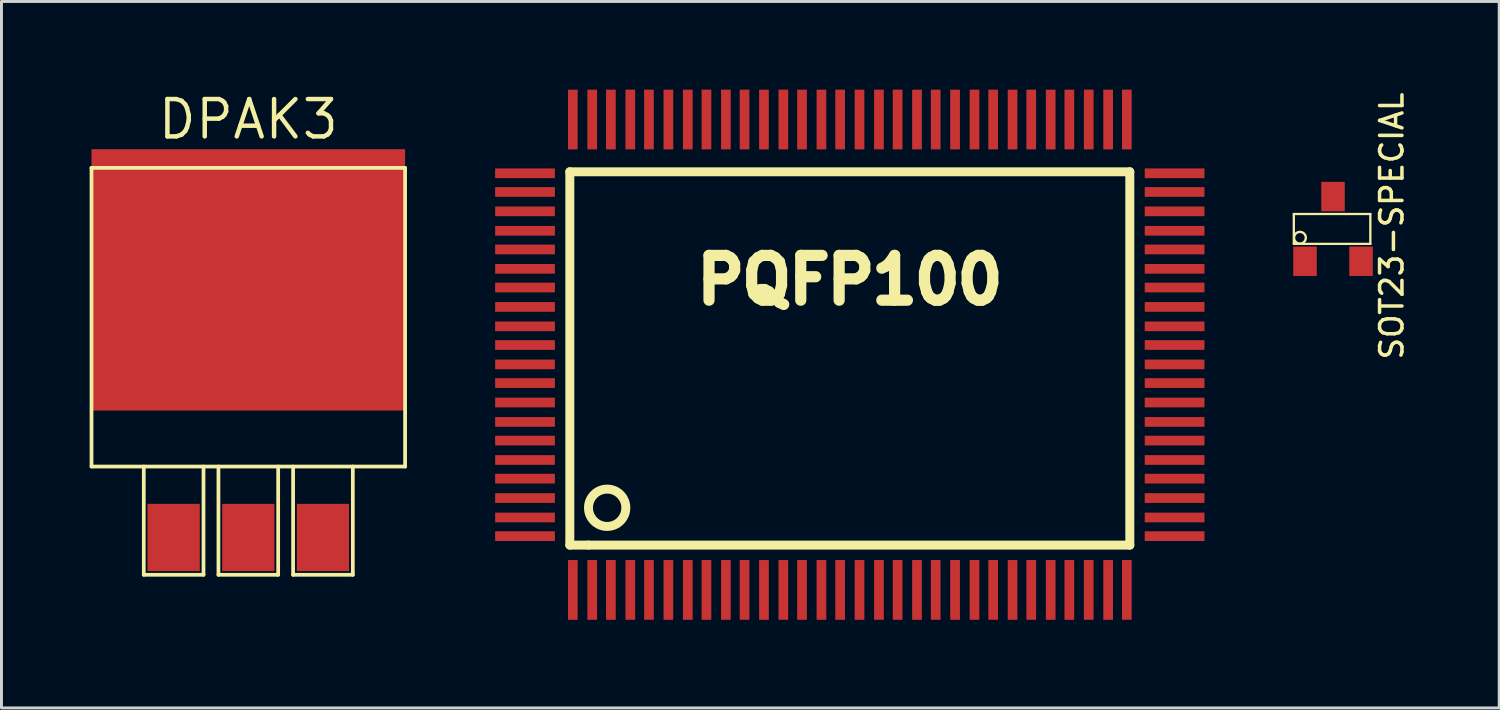
<source format=kicad_pcb>
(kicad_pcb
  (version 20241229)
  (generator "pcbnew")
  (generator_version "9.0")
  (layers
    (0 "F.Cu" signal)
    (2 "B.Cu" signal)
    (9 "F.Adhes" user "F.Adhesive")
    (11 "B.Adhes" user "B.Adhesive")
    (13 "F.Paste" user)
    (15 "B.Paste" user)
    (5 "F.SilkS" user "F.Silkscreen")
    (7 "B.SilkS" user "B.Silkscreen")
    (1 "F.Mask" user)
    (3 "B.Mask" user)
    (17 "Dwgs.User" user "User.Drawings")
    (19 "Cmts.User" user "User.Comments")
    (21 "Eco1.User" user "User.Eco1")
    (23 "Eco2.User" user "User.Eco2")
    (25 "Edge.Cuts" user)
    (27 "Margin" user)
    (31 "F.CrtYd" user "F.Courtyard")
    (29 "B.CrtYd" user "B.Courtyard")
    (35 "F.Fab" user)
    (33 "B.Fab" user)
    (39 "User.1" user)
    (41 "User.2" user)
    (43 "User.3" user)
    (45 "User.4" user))
  (footprint "PQFP100"
    (layer "F.Cu")
    (at 25.86 9.017)
    (property "Reference" "PQFP100" (at 0 -2.54 0) (layer "F.SilkS") (effects (font (size 1.524 1.524) (thickness 0.381))))
    (attr smd)
    (fp_line (start -9.525 -6.223) (end 9.525 -6.223) (stroke (width 0.305) (type solid)) (layer "F.SilkS"))
    (fp_line (start -9.525 6.477) (end -9.525 -6.223) (stroke (width 0.305) (type solid)) (layer "F.SilkS"))
    (fp_line (start -8.89 6.477) (end -9.525 6.477) (stroke (width 0.305) (type solid)) (layer "F.SilkS"))
    (fp_line (start 9.525 -6.223) (end 9.525 6.477) (stroke (width 0.305) (type solid)) (layer "F.SilkS"))
    (fp_line (start 9.525 6.477) (end -8.89 6.477) (stroke (width 0.305) (type solid)) (layer "F.SilkS"))
    (fp_circle (center -8.255 5.207) (end -8.255 5.842) (stroke (width 0.305) (type solid)) (fill no) (layer "F.SilkS"))
    (pad "1" smd rect (at -9.423 8.001) (size 0.33 2.032) (layers "F.Cu" "F.Mask" "F.Paste"))
    (pad "2" smd rect (at -8.763 8.001) (size 0.33 2.032) (layers "F.Cu" "F.Mask" "F.Paste"))
    (pad "3" smd rect (at -8.128 8.001) (size 0.33 2.032) (layers "F.Cu" "F.Mask" "F.Paste"))
    (pad "4" smd rect (at -7.468 8.001) (size 0.33 2.032) (layers "F.Cu" "F.Mask" "F.Paste"))
    (pad "5" smd rect (at -6.833 8.001) (size 0.33 2.032) (layers "F.Cu" "F.Mask" "F.Paste"))
    (pad "6" smd rect (at -6.172 8.001) (size 0.33 2.032) (layers "F.Cu" "F.Mask" "F.Paste"))
    (pad "7" smd rect (at -5.512 8.001) (size 0.33 2.032) (layers "F.Cu" "F.Mask" "F.Paste"))
    (pad "8" smd rect (at -4.877 8.001) (size 0.33 2.032) (layers "F.Cu" "F.Mask" "F.Paste"))
    (pad "9" smd rect (at -4.216 8.001) (size 0.33 2.032) (layers "F.Cu" "F.Mask" "F.Paste"))
    (pad "10" smd rect (at -3.581 8.001) (size 0.33 2.032) (layers "F.Cu" "F.Mask" "F.Paste"))
    (pad "11" smd rect (at -2.921 8.001) (size 0.33 2.032) (layers "F.Cu" "F.Mask" "F.Paste"))
    (pad "12" smd rect (at -2.261 8.001) (size 0.33 2.032) (layers "F.Cu" "F.Mask" "F.Paste"))
    (pad "13" smd rect (at -1.626 8.001) (size 0.33 2.032) (layers "F.Cu" "F.Mask" "F.Paste"))
    (pad "14" smd rect (at -0.965 8.001) (size 0.33 2.032) (layers "F.Cu" "F.Mask" "F.Paste"))
    (pad "15" smd rect (at -0.33 8.001) (size 0.33 2.032) (layers "F.Cu" "F.Mask" "F.Paste"))
    (pad "16" smd rect (at 0.33 8.001) (size 0.33 2.032) (layers "F.Cu" "F.Mask" "F.Paste"))
    (pad "17" smd rect (at 0.991 8.001) (size 0.33 2.032) (layers "F.Cu" "F.Mask" "F.Paste"))
    (pad "18" smd rect (at 1.626 8.001) (size 0.33 2.032) (layers "F.Cu" "F.Mask" "F.Paste"))
    (pad "19" smd rect (at 2.286 8.001) (size 0.33 2.032) (layers "F.Cu" "F.Mask" "F.Paste"))
    (pad "20" smd rect (at 2.921 8.001) (size 0.33 2.032) (layers "F.Cu" "F.Mask" "F.Paste"))
    (pad "21" smd rect (at 3.581 8.001) (size 0.33 2.032) (layers "F.Cu" "F.Mask" "F.Paste"))
    (pad "22" smd rect (at 4.242 8.001) (size 0.33 2.032) (layers "F.Cu" "F.Mask" "F.Paste"))
    (pad "23" smd rect (at 4.877 8.001) (size 0.33 2.032) (layers "F.Cu" "F.Mask" "F.Paste"))
    (pad "24" smd rect (at 5.537 8.001) (size 0.33 2.032) (layers "F.Cu" "F.Mask" "F.Paste"))
    (pad "25" smd rect (at 6.172 8.001) (size 0.33 2.032) (layers "F.Cu" "F.Mask" "F.Paste"))
    (pad "26" smd rect (at 6.833 8.001) (size 0.33 2.032) (layers "F.Cu" "F.Mask" "F.Paste"))
    (pad "27" smd rect (at 7.468 8.001) (size 0.33 2.032) (layers "F.Cu" "F.Mask" "F.Paste"))
    (pad "28" smd rect (at 8.128 8.001) (size 0.33 2.032) (layers "F.Cu" "F.Mask" "F.Paste"))
    (pad "29" smd rect (at 8.788 8.001) (size 0.33 2.032) (layers "F.Cu" "F.Mask" "F.Paste"))
    (pad "30" smd rect (at 9.423 8.001) (size 0.33 2.032) (layers "F.Cu" "F.Mask" "F.Paste"))
    (pad "31" smd rect (at 11.049 6.172) (size 2.032 0.33) (layers "F.Cu" "F.Mask" "F.Paste"))
    (pad "32" smd rect (at 11.049 5.537) (size 2.032 0.33) (layers "F.Cu" "F.Mask" "F.Paste"))
    (pad "33" smd rect (at 11.049 4.877) (size 2.032 0.33) (layers "F.Cu" "F.Mask" "F.Paste"))
    (pad "34" smd rect (at 11.049 4.216) (size 2.032 0.33) (layers "F.Cu" "F.Mask" "F.Paste"))
    (pad "35" smd rect (at 11.049 3.581) (size 2.032 0.33) (layers "F.Cu" "F.Mask" "F.Paste"))
    (pad "36" smd rect (at 11.049 2.921) (size 2.032 0.33) (layers "F.Cu" "F.Mask" "F.Paste"))
    (pad "37" smd rect (at 11.049 2.286) (size 2.032 0.33) (layers "F.Cu" "F.Mask" "F.Paste"))
    (pad "38" smd rect (at 11.049 1.626) (size 2.032 0.33) (layers "F.Cu" "F.Mask" "F.Paste"))
    (pad "39" smd rect (at 11.049 0.965) (size 2.032 0.33) (layers "F.Cu" "F.Mask" "F.Paste"))
    (pad "40" smd rect (at 11.049 0.33) (size 2.032 0.33) (layers "F.Cu" "F.Mask" "F.Paste"))
    (pad "41" smd rect (at 11.049 -0.33) (size 2.032 0.33) (layers "F.Cu" "F.Mask" "F.Paste"))
    (pad "42" smd rect (at 11.049 -0.965) (size 2.032 0.33) (layers "F.Cu" "F.Mask" "F.Paste"))
    (pad "43" smd rect (at 11.049 -1.626) (size 2.032 0.33) (layers "F.Cu" "F.Mask" "F.Paste"))
    (pad "44" smd rect (at 11.049 -2.286) (size 2.032 0.33) (layers "F.Cu" "F.Mask" "F.Paste"))
    (pad "45" smd rect (at 11.049 -2.921) (size 2.032 0.33) (layers "F.Cu" "F.Mask" "F.Paste"))
    (pad "46" smd rect (at 11.049 -3.581) (size 2.032 0.33) (layers "F.Cu" "F.Mask" "F.Paste"))
    (pad "47" smd rect (at 11.049 -4.216) (size 2.032 0.33) (layers "F.Cu" "F.Mask" "F.Paste"))
    (pad "48" smd rect (at 11.049 -4.877) (size 2.032 0.33) (layers "F.Cu" "F.Mask" "F.Paste"))
    (pad "49" smd rect (at 11.049 -5.537) (size 2.032 0.33) (layers "F.Cu" "F.Mask" "F.Paste"))
    (pad "50" smd rect (at 11.049 -6.172) (size 2.032 0.33) (layers "F.Cu" "F.Mask" "F.Paste"))
    (pad "51" smd rect (at 9.423 -8.001) (size 0.33 2.032) (layers "F.Cu" "F.Mask" "F.Paste"))
    (pad "52" smd rect (at 8.788 -8.001) (size 0.33 2.032) (layers "F.Cu" "F.Mask" "F.Paste"))
    (pad "53" smd rect (at 8.128 -8.001) (size 0.33 2.032) (layers "F.Cu" "F.Mask" "F.Paste"))
    (pad "54" smd rect (at 7.468 -8.001) (size 0.33 2.032) (layers "F.Cu" "F.Mask" "F.Paste"))
    (pad "55" smd rect (at 6.833 -8.001) (size 0.33 2.032) (layers "F.Cu" "F.Mask" "F.Paste"))
    (pad "56" smd rect (at 6.172 -8.001) (size 0.33 2.032) (layers "F.Cu" "F.Mask" "F.Paste"))
    (pad "57" smd rect (at 5.537 -8.001) (size 0.33 2.032) (layers "F.Cu" "F.Mask" "F.Paste"))
    (pad "58" smd rect (at 4.877 -8.001) (size 0.33 2.032) (layers "F.Cu" "F.Mask" "F.Paste"))
    (pad "59" smd rect (at 4.242 -8.001) (size 0.33 2.032) (layers "F.Cu" "F.Mask" "F.Paste"))
    (pad "60" smd rect (at 3.581 -8.001) (size 0.33 2.032) (layers "F.Cu" "F.Mask" "F.Paste"))
    (pad "61" smd rect (at 2.921 -8.001) (size 0.33 2.032) (layers "F.Cu" "F.Mask" "F.Paste"))
    (pad "62" smd rect (at 2.286 -8.001) (size 0.33 2.032) (layers "F.Cu" "F.Mask" "F.Paste"))
    (pad "63" smd rect (at 1.626 -8.001) (size 0.33 2.032) (layers "F.Cu" "F.Mask" "F.Paste"))
    (pad "64" smd rect (at 0.991 -8.001) (size 0.33 2.032) (layers "F.Cu" "F.Mask" "F.Paste"))
    (pad "65" smd rect (at 0.33 -8.001) (size 0.33 2.032) (layers "F.Cu" "F.Mask" "F.Paste"))
    (pad "66" smd rect (at -0.33 -8.001) (size 0.33 2.032) (layers "F.Cu" "F.Mask" "F.Paste"))
    (pad "67" smd rect (at -0.965 -8.001) (size 0.33 2.032) (layers "F.Cu" "F.Mask" "F.Paste"))
    (pad "68" smd rect (at -1.626 -8.001) (size 0.33 2.032) (layers "F.Cu" "F.Mask" "F.Paste"))
    (pad "69" smd rect (at -2.261 -8.001) (size 0.33 2.032) (layers "F.Cu" "F.Mask" "F.Paste"))
    (pad "70" smd rect (at -2.921 -8.001) (size 0.33 2.032) (layers "F.Cu" "F.Mask" "F.Paste"))
    (pad "71" smd rect (at -3.581 -8.001) (size 0.33 2.032) (layers "F.Cu" "F.Mask" "F.Paste"))
    (pad "72" smd rect (at -4.216 -8.001) (size 0.33 2.032) (layers "F.Cu" "F.Mask" "F.Paste"))
    (pad "73" smd rect (at -4.877 -8.001) (size 0.33 2.032) (layers "F.Cu" "F.Mask" "F.Paste"))
    (pad "74" smd rect (at -5.512 -8.001) (size 0.33 2.032) (layers "F.Cu" "F.Mask" "F.Paste"))
    (pad "75" smd rect (at -6.172 -8.001) (size 0.33 2.032) (layers "F.Cu" "F.Mask" "F.Paste"))
    (pad "76" smd rect (at -6.833 -8.001) (size 0.33 2.032) (layers "F.Cu" "F.Mask" "F.Paste"))
    (pad "77" smd rect (at -7.468 -8.001) (size 0.33 2.032) (layers "F.Cu" "F.Mask" "F.Paste"))
    (pad "78" smd rect (at -8.128 -8.001) (size 0.33 2.032) (layers "F.Cu" "F.Mask" "F.Paste"))
    (pad "79" smd rect (at -8.763 -8.001) (size 0.33 2.032) (layers "F.Cu" "F.Mask" "F.Paste"))
    (pad "80" smd rect (at -9.423 -8.001) (size 0.33 2.032) (layers "F.Cu" "F.Mask" "F.Paste"))
    (pad "81" smd rect (at -11.049 -6.172) (size 2.032 0.33) (layers "F.Cu" "F.Mask" "F.Paste"))
    (pad "82" smd rect (at -11.049 -5.537) (size 2.032 0.33) (layers "F.Cu" "F.Mask" "F.Paste"))
    (pad "83" smd rect (at -11.049 -4.877) (size 2.032 0.33) (layers "F.Cu" "F.Mask" "F.Paste"))
    (pad "84" smd rect (at -11.049 -4.216) (size 2.032 0.33) (layers "F.Cu" "F.Mask" "F.Paste"))
    (pad "85" smd rect (at -11.049 -3.581) (size 2.032 0.33) (layers "F.Cu" "F.Mask" "F.Paste"))
    (pad "86" smd rect (at -11.049 -2.921) (size 2.032 0.33) (layers "F.Cu" "F.Mask" "F.Paste"))
    (pad "87" smd rect (at -11.049 -2.286) (size 2.032 0.33) (layers "F.Cu" "F.Mask" "F.Paste"))
    (pad "88" smd rect (at -11.049 -1.626) (size 2.032 0.33) (layers "F.Cu" "F.Mask" "F.Paste"))
    (pad "89" smd rect (at -11.049 -0.965) (size 2.032 0.33) (layers "F.Cu" "F.Mask" "F.Paste"))
    (pad "90" smd rect (at -11.049 -0.33) (size 2.032 0.33) (layers "F.Cu" "F.Mask" "F.Paste"))
    (pad "91" smd rect (at -11.049 0.33) (size 2.032 0.33) (layers "F.Cu" "F.Mask" "F.Paste"))
    (pad "92" smd rect (at -11.049 0.965) (size 2.032 0.33) (layers "F.Cu" "F.Mask" "F.Paste"))
    (pad "93" smd rect (at -11.049 1.626) (size 2.032 0.33) (layers "F.Cu" "F.Mask" "F.Paste"))
    (pad "94" smd rect (at -11.049 2.286) (size 2.032 0.33) (layers "F.Cu" "F.Mask" "F.Paste"))
    (pad "95" smd rect (at -11.049 2.921) (size 2.032 0.33) (layers "F.Cu" "F.Mask" "F.Paste"))
    (pad "96" smd rect (at -11.049 3.581) (size 2.032 0.33) (layers "F.Cu" "F.Mask" "F.Paste"))
    (pad "97" smd rect (at -11.049 4.216) (size 2.032 0.33) (layers "F.Cu" "F.Mask" "F.Paste"))
    (pad "98" smd rect (at -11.049 4.877) (size 2.032 0.33) (layers "F.Cu" "F.Mask" "F.Paste"))
    (pad "99" smd rect (at -11.049 5.537) (size 2.032 0.33) (layers "F.Cu" "F.Mask" "F.Paste"))
    (pad "100" smd rect (at -11.049 6.172) (size 2.032 0.33) (layers "F.Cu" "F.Mask" "F.Paste")))
  (footprint "SOT23-SPECIAL"
    (layer "F.Cu")
    (at 42.298 4.738)
    (property "Reference" "SOT23-SPECIAL" (at 1.999 -0.099 90) (layer "F.SilkS") (effects (font (size 0.762 0.762) (thickness 0.119))))
    (attr smd)
    (fp_line (start -1.333 -0.508) (end -1.333 0.508) (stroke (width 0.079) (type solid)) (layer "F.SilkS"))
    (fp_line (start -1.333 -0.508) (end 1.27 -0.508) (stroke (width 0.079) (type solid)) (layer "F.SilkS"))
    (fp_line (start 1.27 -0.508) (end 1.27 0.508) (stroke (width 0.079) (type solid)) (layer "F.SilkS"))
    (fp_line (start 1.27 0.508) (end -1.333 0.508) (stroke (width 0.079) (type solid)) (layer "F.SilkS"))
    (fp_circle (center -1.125 0.3) (end -1.125 0.5) (stroke (width 0.079) (type solid)) (fill no) (layer "F.SilkS"))
    (pad "1" smd rect (at -0.953 1.1) (size 0.8 1.001) (layers "F.Cu" "F.Mask" "F.Paste"))
    (pad "2" smd rect (at 0 -1.1) (size 0.8 1.001) (layers "F.Cu" "F.Mask" "F.Paste"))
    (pad "3" smd rect (at 0.953 1.1) (size 0.8 1.001) (layers "F.Cu" "F.Mask" "F.Paste")))
  (footprint "DPAK3"
    (layer "F.Cu")
    (at 5.397 15.234)
    (property "Reference" "DPAK3" (at 0 -14.224 0) (layer "F.SilkS") (effects (font (size 1.27 1.27) (thickness 0.152))))
    (attr through_hole)
    (fp_line (start -5.334 -12.573) (end -5.334 -2.413) (stroke (width 0.127) (type solid)) (layer "F.SilkS"))
    (fp_line (start -5.334 -2.413) (end 5.334 -2.413) (stroke (width 0.127) (type solid)) (layer "F.SilkS"))
    (fp_line (start -3.556 -2.413) (end -3.556 1.27) (stroke (width 0.127) (type solid)) (layer "F.SilkS"))
    (fp_line (start -3.556 1.27) (end -1.524 1.27) (stroke (width 0.127) (type solid)) (layer "F.SilkS"))
    (fp_line (start -1.524 1.27) (end -1.524 -2.413) (stroke (width 0.127) (type solid)) (layer "F.SilkS"))
    (fp_line (start -1.016 -2.413) (end -1.016 1.27) (stroke (width 0.127) (type solid)) (layer "F.SilkS"))
    (fp_line (start -1.016 1.27) (end 1.016 1.27) (stroke (width 0.127) (type solid)) (layer "F.SilkS"))
    (fp_line (start 1.016 1.27) (end 1.016 -2.413) (stroke (width 0.127) (type solid)) (layer "F.SilkS"))
    (fp_line (start 1.524 -2.413) (end 1.524 1.27) (stroke (width 0.127) (type solid)) (layer "F.SilkS"))
    (fp_line (start 1.524 1.27) (end 3.556 1.27) (stroke (width 0.127) (type solid)) (layer "F.SilkS"))
    (fp_line (start 3.556 1.27) (end 3.556 -2.413) (stroke (width 0.127) (type solid)) (layer "F.SilkS"))
    (fp_line (start 5.334 -12.573) (end -5.334 -12.573) (stroke (width 0.127) (type solid)) (layer "F.SilkS"))
    (fp_line (start 5.334 -2.413) (end 5.334 -12.573) (stroke (width 0.127) (type solid)) (layer "F.SilkS"))
    (pad "1" smd rect (at -2.54 0) (size 1.778 2.286) (layers "F.Cu" "F.Mask" "F.Paste"))
    (pad "2" smd rect (at 0 -8.763) (size 10.668 8.89) (layers "F.Cu" "F.Mask" "F.Paste"))
    (pad "2" smd rect (at 0 0) (size 1.778 2.286) (layers "F.Cu" "F.Mask" "F.Paste"))
    (pad "3" smd rect (at 2.54 0) (size 1.778 2.286) (layers "F.Cu" "F.Mask" "F.Paste")))
  (gr_rect
    (start -3 -3)
    (end 47.952 21.034)
    (stroke (width 0.1) (type default))
    (fill no)
    (layer "Edge.Cuts")))
</source>
